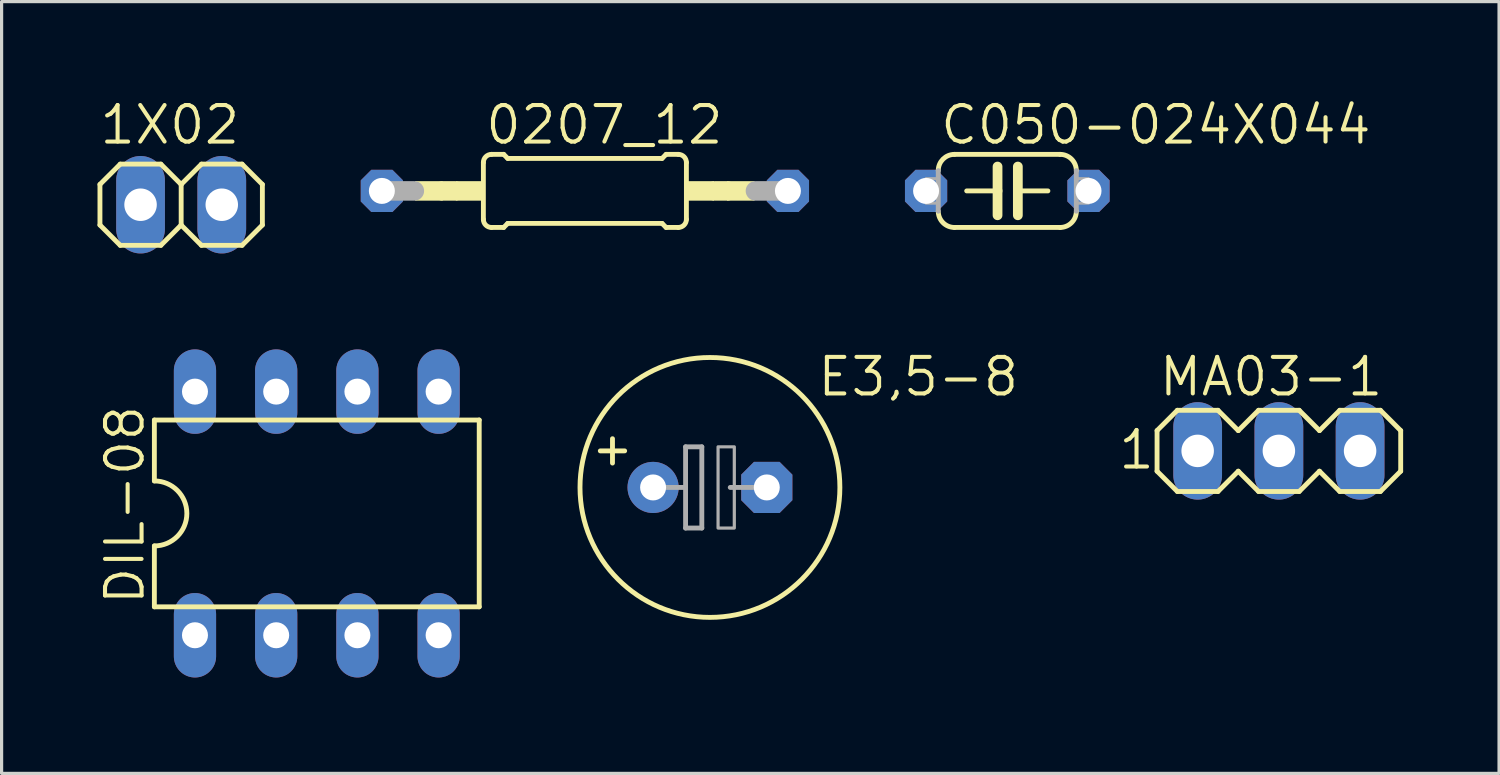
<source format=kicad_pcb>
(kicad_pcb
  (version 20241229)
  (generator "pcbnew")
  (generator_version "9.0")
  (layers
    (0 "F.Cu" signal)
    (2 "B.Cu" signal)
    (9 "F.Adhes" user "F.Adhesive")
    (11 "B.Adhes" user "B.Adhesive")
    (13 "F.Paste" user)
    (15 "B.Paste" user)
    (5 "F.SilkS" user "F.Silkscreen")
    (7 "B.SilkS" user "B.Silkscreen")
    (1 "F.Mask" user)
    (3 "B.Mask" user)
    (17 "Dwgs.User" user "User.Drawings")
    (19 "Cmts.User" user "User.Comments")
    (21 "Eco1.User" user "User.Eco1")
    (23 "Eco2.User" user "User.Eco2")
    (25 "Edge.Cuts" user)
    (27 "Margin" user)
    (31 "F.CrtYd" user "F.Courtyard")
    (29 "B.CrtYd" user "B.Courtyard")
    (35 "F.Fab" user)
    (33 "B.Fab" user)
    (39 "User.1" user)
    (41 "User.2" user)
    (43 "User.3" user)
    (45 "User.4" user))
  (footprint "E3,5-8"
    (layer "F.Cu")
    (at 19.154 12.195)
    (property "Reference" "E3,5-8" (at 3.302 -2.794 0) (layer "F.SilkS") (effects (font (size 1.143 1.143) (thickness 0.127)) (justify left bottom)))
    (fp_line (start -3.429 -1.143) (end -2.667 -1.143) (stroke (width 0.152) (type solid)) (layer "F.SilkS"))
    (fp_line (start -3.048 -0.762) (end -3.048 -1.524) (stroke (width 0.152) (type solid)) (layer "F.SilkS"))
    (fp_circle (center 0 0) (end 4.064 0) (stroke (width 0.152) (type solid)) (fill no) (layer "F.SilkS"))
    (fp_line (start -1.651 0) (end -0.762 0) (stroke (width 0.152) (type solid)) (layer "F.Fab"))
    (fp_line (start -0.762 -1.27) (end -0.762 0) (stroke (width 0.152) (type solid)) (layer "F.Fab"))
    (fp_line (start -0.762 0) (end -0.762 1.27) (stroke (width 0.152) (type solid)) (layer "F.Fab"))
    (fp_line (start -0.762 1.27) (end -0.254 1.27) (stroke (width 0.152) (type solid)) (layer "F.Fab"))
    (fp_line (start -0.254 -1.27) (end -0.762 -1.27) (stroke (width 0.152) (type solid)) (layer "F.Fab"))
    (fp_line (start -0.254 1.27) (end -0.254 -1.27) (stroke (width 0.152) (type solid)) (layer "F.Fab"))
    (fp_line (start 0.635 0) (end 1.651 0) (stroke (width 0.152) (type solid)) (layer "F.Fab"))
    (fp_poly (pts (xy 0.254 1.27) (xy 0.762 1.27) (xy 0.762 -1.27) (xy 0.254 -1.27)) (stroke (width 0.1) (type solid)) (fill no) (layer "F.Fab"))
    (pad "+" thru_hole circle (at -1.778 0) (size 1.6 1.6) (drill 0.813) (layers "*.Cu" "*.Mask"))
    (pad "-" thru_hole roundrect (at 1.778 0) (size 1.6 1.6) (drill 0.813) (layers "*.Cu" "*.Mask") (roundrect_rratio 0.25) (chamfer_ratio 0.25) (chamfer top_left top_right bottom_left bottom_right)))
  (footprint "DIL-08"
    (layer "F.Cu")
    (at 6.858 13.008)
    (property "Reference" "DIL-08" (at -5.334 2.921 90) (layer "F.SilkS") (effects (font (size 1.143 1.143) (thickness 0.127)) (justify left bottom)))
    (fp_line (start -5.08 -2.921) (end -5.08 -1.016) (stroke (width 0.152) (type solid)) (layer "F.SilkS"))
    (fp_line (start -5.08 2.921) (end -5.08 1.016) (stroke (width 0.152) (type solid)) (layer "F.SilkS"))
    (fp_line (start -5.08 2.921) (end 5.08 2.921) (stroke (width 0.152) (type solid)) (layer "F.SilkS"))
    (fp_line (start 5.08 -2.921) (end -5.08 -2.921) (stroke (width 0.152) (type solid)) (layer "F.SilkS"))
    (fp_line (start 5.08 -2.921) (end 5.08 2.921) (stroke (width 0.152) (type solid)) (layer "F.SilkS"))
    (fp_arc (start -5.08 -1.016) (mid -4.064 0) (end -5.08 1.016) (stroke (width 0.1524) (type solid)) (layer "F.SilkS"))
    (pad "1" thru_hole oval (at -3.81 3.81 90) (size 2.642 1.321) (drill 0.813) (layers "*.Cu" "*.Mask"))
    (pad "2" thru_hole oval (at -1.27 3.81 90) (size 2.642 1.321) (drill 0.813) (layers "*.Cu" "*.Mask"))
    (pad "3" thru_hole oval (at 1.27 3.81 90) (size 2.642 1.321) (drill 0.813) (layers "*.Cu" "*.Mask"))
    (pad "4" thru_hole oval (at 3.81 3.81 90) (size 2.642 1.321) (drill 0.813) (layers "*.Cu" "*.Mask"))
    (pad "5" thru_hole oval (at 3.81 -3.81 90) (size 2.642 1.321) (drill 0.813) (layers "*.Cu" "*.Mask"))
    (pad "6" thru_hole oval (at 1.27 -3.81 90) (size 2.642 1.321) (drill 0.813) (layers "*.Cu" "*.Mask"))
    (pad "7" thru_hole oval (at -1.27 -3.81 90) (size 2.642 1.321) (drill 0.813) (layers "*.Cu" "*.Mask"))
    (pad "8" thru_hole oval (at -3.81 -3.81 90) (size 2.642 1.321) (drill 0.813) (layers "*.Cu" "*.Mask")))
  (footprint "C050-024X044"
    (layer "F.Cu")
    (at 28.454 2.921)
    (property "Reference" "C050-024X044" (at -2.159 -1.397 0) (layer "F.SilkS") (effects (font (size 1.143 1.143) (thickness 0.127)) (justify left bottom)))
    (fp_line (start -1.27 0) (end -0.305 0) (stroke (width 0.152) (type solid)) (layer "F.SilkS"))
    (fp_line (start -0.305 -0.762) (end -0.305 0) (stroke (width 0.305) (type solid)) (layer "F.SilkS"))
    (fp_line (start -0.305 0) (end -0.305 0.762) (stroke (width 0.305) (type solid)) (layer "F.SilkS"))
    (fp_line (start 0.33 -0.762) (end 0.33 0) (stroke (width 0.305) (type solid)) (layer "F.SilkS"))
    (fp_line (start 0.33 0) (end 0.33 0.762) (stroke (width 0.305) (type solid)) (layer "F.SilkS"))
    (fp_line (start 1.27 0) (end 0.33 0) (stroke (width 0.152) (type solid)) (layer "F.SilkS"))
    (fp_line (start 1.651 -1.143) (end -1.651 -1.143) (stroke (width 0.152) (type solid)) (layer "F.SilkS"))
    (fp_line (start 1.651 1.143) (end -1.651 1.143) (stroke (width 0.152) (type solid)) (layer "F.SilkS"))
    (fp_arc (start -2.159 -0.635) (mid -2.01021 -0.99421) (end -1.651 -1.143) (stroke (width 0.1524) (type solid)) (layer "F.SilkS"))
    (fp_arc (start -1.651 1.143) (mid -2.01021 0.99421) (end -2.159 0.635) (stroke (width 0.1524) (type solid)) (layer "F.SilkS"))
    (fp_arc (start 1.651 -1.143) (mid 2.01021 -0.99421) (end 2.159 -0.635) (stroke (width 0.1524) (type solid)) (layer "F.SilkS"))
    (fp_arc (start 2.159 0.635) (mid 2.01021 0.99421) (end 1.651 1.143) (stroke (width 0.1524) (type solid)) (layer "F.SilkS"))
    (fp_line (start -2.159 0.635) (end -2.159 -0.635) (stroke (width 0.152) (type solid)) (layer "F.Fab"))
    (fp_line (start 2.159 0.635) (end 2.159 -0.635) (stroke (width 0.152) (type solid)) (layer "F.Fab"))
    (fp_poly (pts (xy -2.54 0.381) (xy -2.159 0.381) (xy -2.159 -0.381) (xy -2.54 -0.381)) (stroke (width 0.1) (type solid)) (fill no) (layer "F.Fab"))
    (fp_poly (pts (xy 2.159 0.381) (xy 2.54 0.381) (xy 2.54 -0.381) (xy 2.159 -0.381)) (stroke (width 0.1) (type solid)) (fill no) (layer "F.Fab"))
    (pad "1" thru_hole roundrect (at -2.54 0) (size 1.321 1.321) (drill 0.813) (layers "*.Cu" "*.Mask") (roundrect_rratio 0.25) (chamfer_ratio 0.25) (chamfer top_left top_right bottom_left bottom_right))
    (pad "2" thru_hole roundrect (at 2.54 0) (size 1.321 1.321) (drill 0.813) (layers "*.Cu" "*.Mask") (roundrect_rratio 0.25) (chamfer_ratio 0.25) (chamfer top_left top_right bottom_left bottom_right)))
  (footprint "0207_12"
    (layer "F.Cu")
    (at 15.243 2.921)
    (property "Reference" "0207_12" (at -3.175 -1.397 0) (layer "F.SilkS") (effects (font (size 1.143 1.143) (thickness 0.127)) (justify left bottom)))
    (fp_line (start -4.445 0) (end -4.064 0) (stroke (width 0.61) (type solid)) (layer "F.SilkS"))
    (fp_line (start -3.175 0.889) (end -3.175 -0.889) (stroke (width 0.152) (type solid)) (layer "F.SilkS"))
    (fp_line (start -2.921 -1.143) (end -2.54 -1.143) (stroke (width 0.152) (type solid)) (layer "F.SilkS"))
    (fp_line (start -2.921 1.143) (end -2.54 1.143) (stroke (width 0.152) (type solid)) (layer "F.SilkS"))
    (fp_line (start -2.413 -1.016) (end -2.54 -1.143) (stroke (width 0.152) (type solid)) (layer "F.SilkS"))
    (fp_line (start -2.413 1.016) (end -2.54 1.143) (stroke (width 0.152) (type solid)) (layer "F.SilkS"))
    (fp_line (start 2.413 -1.016) (end -2.413 -1.016) (stroke (width 0.152) (type solid)) (layer "F.SilkS"))
    (fp_line (start 2.413 -1.016) (end 2.54 -1.143) (stroke (width 0.152) (type solid)) (layer "F.SilkS"))
    (fp_line (start 2.413 1.016) (end -2.413 1.016) (stroke (width 0.152) (type solid)) (layer "F.SilkS"))
    (fp_line (start 2.413 1.016) (end 2.54 1.143) (stroke (width 0.152) (type solid)) (layer "F.SilkS"))
    (fp_line (start 2.921 -1.143) (end 2.54 -1.143) (stroke (width 0.152) (type solid)) (layer "F.SilkS"))
    (fp_line (start 2.921 1.143) (end 2.54 1.143) (stroke (width 0.152) (type solid)) (layer "F.SilkS"))
    (fp_line (start 3.175 0.889) (end 3.175 -0.889) (stroke (width 0.152) (type solid)) (layer "F.SilkS"))
    (fp_line (start 4.445 0) (end 4.064 0) (stroke (width 0.61) (type solid)) (layer "F.SilkS"))
    (fp_arc (start -3.175 -0.889) (mid -3.100605 -1.068605) (end -2.921 -1.143) (stroke (width 0.1524) (type solid)) (layer "F.SilkS"))
    (fp_arc (start -2.921 1.143) (mid -3.100605 1.068605) (end -3.175 0.889) (stroke (width 0.1524) (type solid)) (layer "F.SilkS"))
    (fp_arc (start 2.921 -1.143) (mid 3.100605 -1.068605) (end 3.175 -0.889) (stroke (width 0.1524) (type solid)) (layer "F.SilkS"))
    (fp_arc (start 3.175 0.889) (mid 3.100605 1.068605) (end 2.921 1.143) (stroke (width 0.1524) (type solid)) (layer "F.SilkS"))
    (fp_poly (pts (xy -5.309 0.305) (xy -4.445 0.305) (xy -4.445 -0.305) (xy -5.309 -0.305)) (stroke (width 0) (type solid)) (fill yes) (layer "F.SilkS"))
    (fp_poly (pts (xy -4.039 0.305) (xy -3.175 0.305) (xy -3.175 -0.305) (xy -4.039 -0.305)) (stroke (width 0) (type solid)) (fill yes) (layer "F.SilkS"))
    (fp_poly (pts (xy 3.175 0.305) (xy 4.039 0.305) (xy 4.039 -0.305) (xy 3.175 -0.305)) (stroke (width 0) (type solid)) (fill yes) (layer "F.SilkS"))
    (fp_poly (pts (xy 4.445 0.305) (xy 5.309 0.305) (xy 5.309 -0.305) (xy 4.445 -0.305)) (stroke (width 0) (type solid)) (fill yes) (layer "F.SilkS"))
    (fp_line (start -6.35 0) (end -5.334 0) (stroke (width 0.61) (type solid)) (layer "F.Fab"))
    (fp_line (start 6.35 0) (end 5.334 0) (stroke (width 0.61) (type solid)) (layer "F.Fab"))
    (pad "1" thru_hole roundrect (at -6.35 0) (size 1.321 1.321) (drill 0.813) (layers "*.Cu" "*.Mask") (roundrect_rratio 0.25) (chamfer_ratio 0.25) (chamfer top_left top_right bottom_left bottom_right))
    (pad "2" thru_hole roundrect (at 6.35 0) (size 1.321 1.321) (drill 0.813) (layers "*.Cu" "*.Mask") (roundrect_rratio 0.25) (chamfer_ratio 0.25) (chamfer top_left top_right bottom_left bottom_right)))
  (footprint "MA03-1"
    (layer "F.Cu")
    (at 36.948 11.052)
    (property "Reference" "MA03-1" (at -3.81 -1.651 0) (layer "F.SilkS") (effects (font (size 1.143 1.143) (thickness 0.127)) (justify left bottom)))
    (fp_line (start -3.81 -0.635) (end -3.81 0.635) (stroke (width 0.152) (type solid)) (layer "F.SilkS"))
    (fp_line (start -3.81 0.635) (end -3.175 1.27) (stroke (width 0.152) (type solid)) (layer "F.SilkS"))
    (fp_line (start -3.175 -1.27) (end -3.81 -0.635) (stroke (width 0.152) (type solid)) (layer "F.SilkS"))
    (fp_line (start -3.175 -1.27) (end -1.905 -1.27) (stroke (width 0.152) (type solid)) (layer "F.SilkS"))
    (fp_line (start -1.905 -1.27) (end -1.27 -0.635) (stroke (width 0.152) (type solid)) (layer "F.SilkS"))
    (fp_line (start -1.905 1.27) (end -3.175 1.27) (stroke (width 0.152) (type solid)) (layer "F.SilkS"))
    (fp_line (start -1.27 -0.635) (end -0.635 -1.27) (stroke (width 0.152) (type solid)) (layer "F.SilkS"))
    (fp_line (start -1.27 0.635) (end -1.905 1.27) (stroke (width 0.152) (type solid)) (layer "F.SilkS"))
    (fp_line (start -0.635 -1.27) (end 0.635 -1.27) (stroke (width 0.152) (type solid)) (layer "F.SilkS"))
    (fp_line (start -0.635 1.27) (end -1.27 0.635) (stroke (width 0.152) (type solid)) (layer "F.SilkS"))
    (fp_line (start 0.635 -1.27) (end 1.27 -0.635) (stroke (width 0.152) (type solid)) (layer "F.SilkS"))
    (fp_line (start 0.635 1.27) (end -0.635 1.27) (stroke (width 0.152) (type solid)) (layer "F.SilkS"))
    (fp_line (start 1.27 -0.635) (end 1.905 -1.27) (stroke (width 0.152) (type solid)) (layer "F.SilkS"))
    (fp_line (start 1.27 0.635) (end 0.635 1.27) (stroke (width 0.152) (type solid)) (layer "F.SilkS"))
    (fp_line (start 1.905 -1.27) (end 3.175 -1.27) (stroke (width 0.152) (type solid)) (layer "F.SilkS"))
    (fp_line (start 1.905 1.27) (end 1.27 0.635) (stroke (width 0.152) (type solid)) (layer "F.SilkS"))
    (fp_line (start 3.175 -1.27) (end 3.81 -0.635) (stroke (width 0.152) (type solid)) (layer "F.SilkS"))
    (fp_line (start 3.175 1.27) (end 1.905 1.27) (stroke (width 0.152) (type solid)) (layer "F.SilkS"))
    (fp_line (start 3.81 -0.635) (end 3.81 0.635) (stroke (width 0.152) (type solid)) (layer "F.SilkS"))
    (fp_line (start 3.81 0.635) (end 3.175 1.27) (stroke (width 0.152) (type solid)) (layer "F.SilkS"))
    (fp_poly (pts (xy -2.794 0.254) (xy -2.286 0.254) (xy -2.286 -0.254) (xy -2.794 -0.254)) (stroke (width 0.1) (type solid)) (fill no) (layer "F.Fab"))
    (fp_poly (pts (xy -0.254 0.254) (xy 0.254 0.254) (xy 0.254 -0.254) (xy -0.254 -0.254)) (stroke (width 0.1) (type solid)) (fill no) (layer "F.Fab"))
    (fp_poly (pts (xy 2.286 0.254) (xy 2.794 0.254) (xy 2.794 -0.254) (xy 2.286 -0.254)) (stroke (width 0.1) (type solid)) (fill no) (layer "F.Fab"))
    (fp_text user "1" (at -5.08 0.635 0) (layer "F.SilkS") (effects (font (size 1.143 1.143) (thickness 0.127)) (justify left bottom)))
    (pad "1" thru_hole oval (at -2.54 0 90) (size 3.048 1.524) (drill 1.016) (layers "*.Cu" "*.Mask"))
    (pad "2" thru_hole oval (at 0 0 90) (size 3.048 1.524) (drill 1.016) (layers "*.Cu" "*.Mask"))
    (pad "3" thru_hole oval (at 2.54 0 90) (size 3.048 1.524) (drill 1.016) (layers "*.Cu" "*.Mask")))
  (footprint "1X02"
    (layer "F.Cu")
    (at 2.616 3.353)
    (property "Reference" "1X02" (at -2.616 -1.829 0) (layer "F.SilkS") (effects (font (size 1.143 1.143) (thickness 0.127)) (justify left bottom)))
    (fp_line (start -2.54 -0.635) (end -2.54 0.635) (stroke (width 0.152) (type solid)) (layer "F.SilkS"))
    (fp_line (start -2.54 0.635) (end -1.905 1.27) (stroke (width 0.152) (type solid)) (layer "F.SilkS"))
    (fp_line (start -1.905 -1.27) (end -2.54 -0.635) (stroke (width 0.152) (type solid)) (layer "F.SilkS"))
    (fp_line (start -1.905 -1.27) (end -0.635 -1.27) (stroke (width 0.152) (type solid)) (layer "F.SilkS"))
    (fp_line (start -0.635 -1.27) (end 0 -0.635) (stroke (width 0.152) (type solid)) (layer "F.SilkS"))
    (fp_line (start -0.635 1.27) (end -1.905 1.27) (stroke (width 0.152) (type solid)) (layer "F.SilkS"))
    (fp_line (start 0 -0.635) (end 0 0.635) (stroke (width 0.152) (type solid)) (layer "F.SilkS"))
    (fp_line (start 0 -0.635) (end 0.635 -1.27) (stroke (width 0.152) (type solid)) (layer "F.SilkS"))
    (fp_line (start 0 0.635) (end -0.635 1.27) (stroke (width 0.152) (type solid)) (layer "F.SilkS"))
    (fp_line (start 0.635 -1.27) (end 1.905 -1.27) (stroke (width 0.152) (type solid)) (layer "F.SilkS"))
    (fp_line (start 0.635 1.27) (end 0 0.635) (stroke (width 0.152) (type solid)) (layer "F.SilkS"))
    (fp_line (start 1.905 -1.27) (end 2.54 -0.635) (stroke (width 0.152) (type solid)) (layer "F.SilkS"))
    (fp_line (start 1.905 1.27) (end 0.635 1.27) (stroke (width 0.152) (type solid)) (layer "F.SilkS"))
    (fp_line (start 2.54 -0.635) (end 2.54 0.635) (stroke (width 0.152) (type solid)) (layer "F.SilkS"))
    (fp_line (start 2.54 0.635) (end 1.905 1.27) (stroke (width 0.152) (type solid)) (layer "F.SilkS"))
    (fp_poly (pts (xy -1.524 0.254) (xy -1.016 0.254) (xy -1.016 -0.254) (xy -1.524 -0.254)) (stroke (width 0.1) (type solid)) (fill no) (layer "F.Fab"))
    (fp_poly (pts (xy 1.016 0.254) (xy 1.524 0.254) (xy 1.524 -0.254) (xy 1.016 -0.254)) (stroke (width 0.1) (type solid)) (fill no) (layer "F.Fab"))
    (pad "1" thru_hole oval (at -1.27 0 90) (size 3.048 1.524) (drill 1.016) (layers "*.Cu" "*.Mask"))
    (pad "2" thru_hole oval (at 1.27 0 90) (size 3.048 1.524) (drill 1.016) (layers "*.Cu" "*.Mask")))
  (gr_rect
    (start -3 -3)
    (end 43.834 21.138)
    (stroke (width 0.1) (type default))
    (fill no)
    (layer "Edge.Cuts")))
</source>
